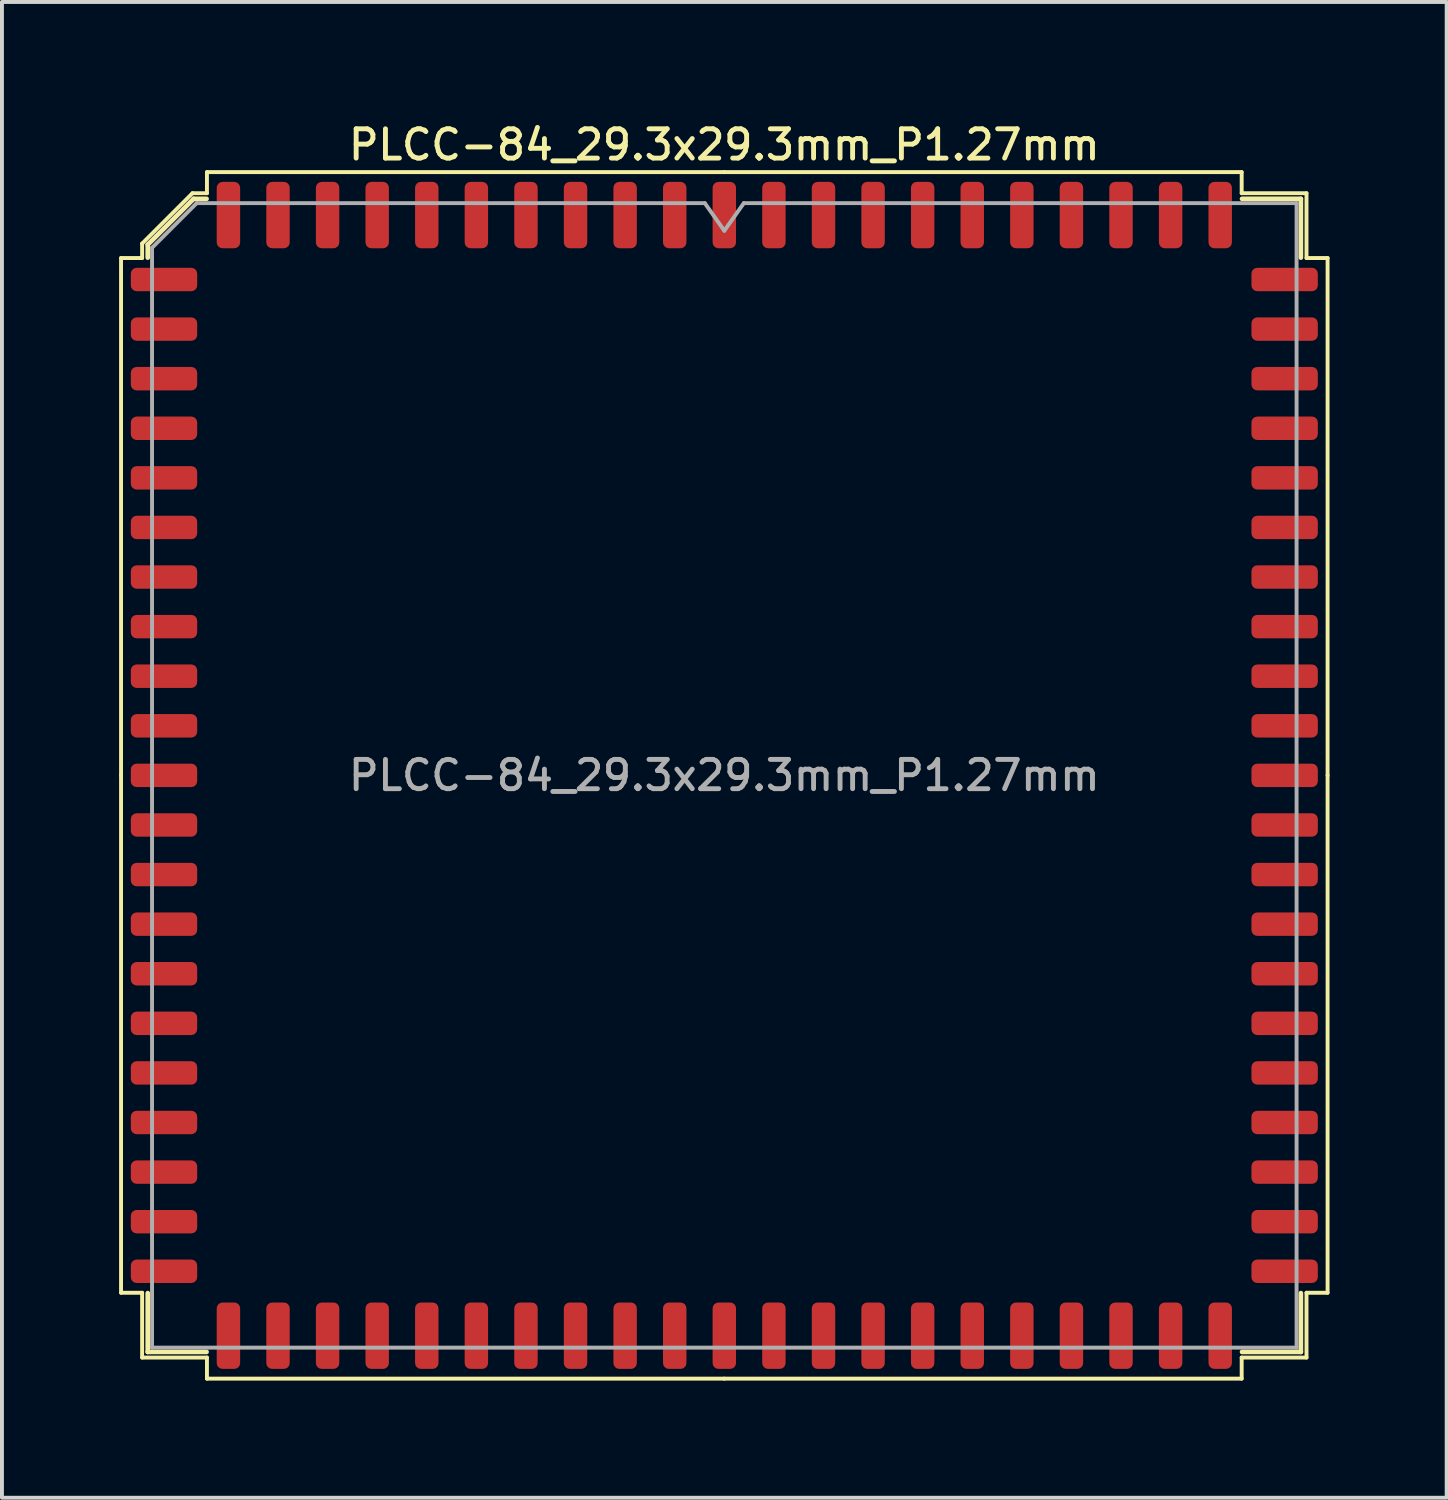
<source format=kicad_pcb>
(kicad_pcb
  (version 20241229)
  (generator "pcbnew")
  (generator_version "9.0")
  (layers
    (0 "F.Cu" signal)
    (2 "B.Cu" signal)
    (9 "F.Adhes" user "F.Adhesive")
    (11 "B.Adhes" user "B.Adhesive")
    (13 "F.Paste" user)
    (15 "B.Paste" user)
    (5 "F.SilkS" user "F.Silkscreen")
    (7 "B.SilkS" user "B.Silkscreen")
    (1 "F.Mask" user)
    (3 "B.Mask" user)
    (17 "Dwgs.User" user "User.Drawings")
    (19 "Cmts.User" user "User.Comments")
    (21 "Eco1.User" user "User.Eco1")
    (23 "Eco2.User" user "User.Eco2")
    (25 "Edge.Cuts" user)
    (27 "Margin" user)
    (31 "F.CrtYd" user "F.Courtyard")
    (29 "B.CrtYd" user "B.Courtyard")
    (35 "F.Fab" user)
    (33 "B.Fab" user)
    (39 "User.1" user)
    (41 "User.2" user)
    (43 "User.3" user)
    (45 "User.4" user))
  (footprint "PLCC-84_29.3x29.3mm_P1.27mm"
    (layer "F.Cu")
    (at 15.5 16.808)
    (property "Reference" "PLCC-84_29.3x29.3mm_P1.27mm" (at 0 -16.15 0) (layer "F.SilkS") (effects (font (size 0.75 0.75) (thickness 0.125))))
    (attr smd)
    (fp_line (start -15.45 -13.25) (end -15.45 0) (stroke (width 0.1) (type solid)) (layer "F.SilkS"))
    (fp_line (start -15.45 13.25) (end -15.45 0) (stroke (width 0.1) (type solid)) (layer "F.SilkS"))
    (fp_line (start -14.91 -13.62) (end -14.91 -13.25) (stroke (width 0.1) (type solid)) (layer "F.SilkS"))
    (fp_line (start -14.91 -13.25) (end -15.45 -13.25) (stroke (width 0.1) (type solid)) (layer "F.SilkS"))
    (fp_line (start -14.91 13.25) (end -15.45 13.25) (stroke (width 0.1) (type solid)) (layer "F.SilkS"))
    (fp_line (start -14.91 14.91) (end -14.91 13.25) (stroke (width 0.1) (type solid)) (layer "F.SilkS"))
    (fp_line (start -14.766 -13.591) (end -14.766 -13.26) (stroke (width 0.12) (type solid)) (layer "F.SilkS"))
    (fp_line (start -14.766 14.766) (end -14.766 13.26) (stroke (width 0.12) (type solid)) (layer "F.SilkS"))
    (fp_line (start -13.62 -14.91) (end -14.91 -13.62) (stroke (width 0.1) (type solid)) (layer "F.SilkS"))
    (fp_line (start -13.591 -14.766) (end -14.766 -13.591) (stroke (width 0.12) (type solid)) (layer "F.SilkS"))
    (fp_line (start -13.26 -14.766) (end -13.591 -14.766) (stroke (width 0.12) (type solid)) (layer "F.SilkS"))
    (fp_line (start -13.26 14.766) (end -14.766 14.766) (stroke (width 0.12) (type solid)) (layer "F.SilkS"))
    (fp_line (start -13.25 -15.45) (end -13.25 -14.91) (stroke (width 0.1) (type solid)) (layer "F.SilkS"))
    (fp_line (start -13.25 -14.91) (end -13.62 -14.91) (stroke (width 0.1) (type solid)) (layer "F.SilkS"))
    (fp_line (start -13.25 14.91) (end -14.91 14.91) (stroke (width 0.1) (type solid)) (layer "F.SilkS"))
    (fp_line (start -13.25 15.45) (end -13.25 14.91) (stroke (width 0.1) (type solid)) (layer "F.SilkS"))
    (fp_line (start 0 -15.45) (end -13.25 -15.45) (stroke (width 0.1) (type solid)) (layer "F.SilkS"))
    (fp_line (start 0 -15.45) (end 13.25 -15.45) (stroke (width 0.1) (type solid)) (layer "F.SilkS"))
    (fp_line (start 0 15.45) (end -13.25 15.45) (stroke (width 0.1) (type solid)) (layer "F.SilkS"))
    (fp_line (start 0 15.45) (end 13.25 15.45) (stroke (width 0.1) (type solid)) (layer "F.SilkS"))
    (fp_line (start 13.25 -15.45) (end 13.25 -14.91) (stroke (width 0.1) (type solid)) (layer "F.SilkS"))
    (fp_line (start 13.25 -14.91) (end 14.91 -14.91) (stroke (width 0.1) (type solid)) (layer "F.SilkS"))
    (fp_line (start 13.25 14.91) (end 14.91 14.91) (stroke (width 0.1) (type solid)) (layer "F.SilkS"))
    (fp_line (start 13.25 15.45) (end 13.25 14.91) (stroke (width 0.1) (type solid)) (layer "F.SilkS"))
    (fp_line (start 13.26 -14.766) (end 14.766 -14.766) (stroke (width 0.12) (type solid)) (layer "F.SilkS"))
    (fp_line (start 13.26 14.766) (end 14.766 14.766) (stroke (width 0.12) (type solid)) (layer "F.SilkS"))
    (fp_line (start 14.766 -14.766) (end 14.766 -13.26) (stroke (width 0.12) (type solid)) (layer "F.SilkS"))
    (fp_line (start 14.766 14.766) (end 14.766 13.26) (stroke (width 0.12) (type solid)) (layer "F.SilkS"))
    (fp_line (start 14.91 -14.91) (end 14.91 -13.25) (stroke (width 0.1) (type solid)) (layer "F.SilkS"))
    (fp_line (start 14.91 -13.25) (end 15.45 -13.25) (stroke (width 0.1) (type solid)) (layer "F.SilkS"))
    (fp_line (start 14.91 13.25) (end 15.45 13.25) (stroke (width 0.1) (type solid)) (layer "F.SilkS"))
    (fp_line (start 14.91 14.91) (end 14.91 13.25) (stroke (width 0.1) (type solid)) (layer "F.SilkS"))
    (fp_line (start 15.45 -13.25) (end 15.45 0) (stroke (width 0.1) (type solid)) (layer "F.SilkS"))
    (fp_line (start 15.45 13.25) (end 15.45 0) (stroke (width 0.1) (type solid)) (layer "F.SilkS"))
    (fp_line (start -14.656 -13.513) (end -13.513 -14.656) (stroke (width 0.1) (type solid)) (layer "F.Fab"))
    (fp_line (start -14.656 14.656) (end -14.656 -13.513) (stroke (width 0.1) (type solid)) (layer "F.Fab"))
    (fp_line (start -13.513 -14.656) (end -0.5 -14.656) (stroke (width 0.1) (type solid)) (layer "F.Fab"))
    (fp_line (start -0.5 -14.656) (end 0 -13.949) (stroke (width 0.1) (type solid)) (layer "F.Fab"))
    (fp_line (start 0 -13.949) (end 0.5 -14.656) (stroke (width 0.1) (type solid)) (layer "F.Fab"))
    (fp_line (start 0.5 -14.656) (end 14.656 -14.656) (stroke (width 0.1) (type solid)) (layer "F.Fab"))
    (fp_line (start 14.656 -14.656) (end 14.656 14.656) (stroke (width 0.1) (type solid)) (layer "F.Fab"))
    (fp_line (start 14.656 14.656) (end -14.656 14.656) (stroke (width 0.1) (type solid)) (layer "F.Fab"))
    (fp_text user "${REFERENCE}" (at 0 0 0) (layer "F.Fab") (effects (font (size 0.75 0.75) (thickness 0.125))))
    (pad "1" smd roundrect (at 0 -14.35) (size 0.6 1.7) (layers "F.Cu" "F.Mask" "F.Paste") (roundrect_rratio 0.25))
    (pad "2" smd roundrect (at -1.27 -14.35) (size 0.6 1.7) (layers "F.Cu" "F.Mask" "F.Paste") (roundrect_rratio 0.25))
    (pad "3" smd roundrect (at -2.54 -14.35) (size 0.6 1.7) (layers "F.Cu" "F.Mask" "F.Paste") (roundrect_rratio 0.25))
    (pad "4" smd roundrect (at -3.81 -14.35) (size 0.6 1.7) (layers "F.Cu" "F.Mask" "F.Paste") (roundrect_rratio 0.25))
    (pad "5" smd roundrect (at -5.08 -14.35) (size 0.6 1.7) (layers "F.Cu" "F.Mask" "F.Paste") (roundrect_rratio 0.25))
    (pad "6" smd roundrect (at -6.35 -14.35) (size 0.6 1.7) (layers "F.Cu" "F.Mask" "F.Paste") (roundrect_rratio 0.25))
    (pad "7" smd roundrect (at -7.62 -14.35) (size 0.6 1.7) (layers "F.Cu" "F.Mask" "F.Paste") (roundrect_rratio 0.25))
    (pad "8" smd roundrect (at -8.89 -14.35) (size 0.6 1.7) (layers "F.Cu" "F.Mask" "F.Paste") (roundrect_rratio 0.25))
    (pad "9" smd roundrect (at -10.16 -14.35) (size 0.6 1.7) (layers "F.Cu" "F.Mask" "F.Paste") (roundrect_rratio 0.25))
    (pad "10" smd roundrect (at -11.43 -14.35) (size 0.6 1.7) (layers "F.Cu" "F.Mask" "F.Paste") (roundrect_rratio 0.25))
    (pad "11" smd roundrect (at -12.7 -14.35) (size 0.6 1.7) (layers "F.Cu" "F.Mask" "F.Paste") (roundrect_rratio 0.25))
    (pad "12" smd roundrect (at -14.35 -12.7) (size 1.7 0.6) (layers "F.Cu" "F.Mask" "F.Paste") (roundrect_rratio 0.25))
    (pad "13" smd roundrect (at -14.35 -11.43) (size 1.7 0.6) (layers "F.Cu" "F.Mask" "F.Paste") (roundrect_rratio 0.25))
    (pad "14" smd roundrect (at -14.35 -10.16) (size 1.7 0.6) (layers "F.Cu" "F.Mask" "F.Paste") (roundrect_rratio 0.25))
    (pad "15" smd roundrect (at -14.35 -8.89) (size 1.7 0.6) (layers "F.Cu" "F.Mask" "F.Paste") (roundrect_rratio 0.25))
    (pad "16" smd roundrect (at -14.35 -7.62) (size 1.7 0.6) (layers "F.Cu" "F.Mask" "F.Paste") (roundrect_rratio 0.25))
    (pad "17" smd roundrect (at -14.35 -6.35) (size 1.7 0.6) (layers "F.Cu" "F.Mask" "F.Paste") (roundrect_rratio 0.25))
    (pad "18" smd roundrect (at -14.35 -5.08) (size 1.7 0.6) (layers "F.Cu" "F.Mask" "F.Paste") (roundrect_rratio 0.25))
    (pad "19" smd roundrect (at -14.35 -3.81) (size 1.7 0.6) (layers "F.Cu" "F.Mask" "F.Paste") (roundrect_rratio 0.25))
    (pad "20" smd roundrect (at -14.35 -2.54) (size 1.7 0.6) (layers "F.Cu" "F.Mask" "F.Paste") (roundrect_rratio 0.25))
    (pad "21" smd roundrect (at -14.35 -1.27) (size 1.7 0.6) (layers "F.Cu" "F.Mask" "F.Paste") (roundrect_rratio 0.25))
    (pad "22" smd roundrect (at -14.35 0) (size 1.7 0.6) (layers "F.Cu" "F.Mask" "F.Paste") (roundrect_rratio 0.25))
    (pad "23" smd roundrect (at -14.35 1.27) (size 1.7 0.6) (layers "F.Cu" "F.Mask" "F.Paste") (roundrect_rratio 0.25))
    (pad "24" smd roundrect (at -14.35 2.54) (size 1.7 0.6) (layers "F.Cu" "F.Mask" "F.Paste") (roundrect_rratio 0.25))
    (pad "25" smd roundrect (at -14.35 3.81) (size 1.7 0.6) (layers "F.Cu" "F.Mask" "F.Paste") (roundrect_rratio 0.25))
    (pad "26" smd roundrect (at -14.35 5.08) (size 1.7 0.6) (layers "F.Cu" "F.Mask" "F.Paste") (roundrect_rratio 0.25))
    (pad "27" smd roundrect (at -14.35 6.35) (size 1.7 0.6) (layers "F.Cu" "F.Mask" "F.Paste") (roundrect_rratio 0.25))
    (pad "28" smd roundrect (at -14.35 7.62) (size 1.7 0.6) (layers "F.Cu" "F.Mask" "F.Paste") (roundrect_rratio 0.25))
    (pad "29" smd roundrect (at -14.35 8.89) (size 1.7 0.6) (layers "F.Cu" "F.Mask" "F.Paste") (roundrect_rratio 0.25))
    (pad "30" smd roundrect (at -14.35 10.16) (size 1.7 0.6) (layers "F.Cu" "F.Mask" "F.Paste") (roundrect_rratio 0.25))
    (pad "31" smd roundrect (at -14.35 11.43) (size 1.7 0.6) (layers "F.Cu" "F.Mask" "F.Paste") (roundrect_rratio 0.25))
    (pad "32" smd roundrect (at -14.35 12.7) (size 1.7 0.6) (layers "F.Cu" "F.Mask" "F.Paste") (roundrect_rratio 0.25))
    (pad "33" smd roundrect (at -12.7 14.35) (size 0.6 1.7) (layers "F.Cu" "F.Mask" "F.Paste") (roundrect_rratio 0.25))
    (pad "34" smd roundrect (at -11.43 14.35) (size 0.6 1.7) (layers "F.Cu" "F.Mask" "F.Paste") (roundrect_rratio 0.25))
    (pad "35" smd roundrect (at -10.16 14.35) (size 0.6 1.7) (layers "F.Cu" "F.Mask" "F.Paste") (roundrect_rratio 0.25))
    (pad "36" smd roundrect (at -8.89 14.35) (size 0.6 1.7) (layers "F.Cu" "F.Mask" "F.Paste") (roundrect_rratio 0.25))
    (pad "37" smd roundrect (at -7.62 14.35) (size 0.6 1.7) (layers "F.Cu" "F.Mask" "F.Paste") (roundrect_rratio 0.25))
    (pad "38" smd roundrect (at -6.35 14.35) (size 0.6 1.7) (layers "F.Cu" "F.Mask" "F.Paste") (roundrect_rratio 0.25))
    (pad "39" smd roundrect (at -5.08 14.35) (size 0.6 1.7) (layers "F.Cu" "F.Mask" "F.Paste") (roundrect_rratio 0.25))
    (pad "40" smd roundrect (at -3.81 14.35) (size 0.6 1.7) (layers "F.Cu" "F.Mask" "F.Paste") (roundrect_rratio 0.25))
    (pad "41" smd roundrect (at -2.54 14.35) (size 0.6 1.7) (layers "F.Cu" "F.Mask" "F.Paste") (roundrect_rratio 0.25))
    (pad "42" smd roundrect (at -1.27 14.35) (size 0.6 1.7) (layers "F.Cu" "F.Mask" "F.Paste") (roundrect_rratio 0.25))
    (pad "43" smd roundrect (at 0 14.35) (size 0.6 1.7) (layers "F.Cu" "F.Mask" "F.Paste") (roundrect_rratio 0.25))
    (pad "44" smd roundrect (at 1.27 14.35) (size 0.6 1.7) (layers "F.Cu" "F.Mask" "F.Paste") (roundrect_rratio 0.25))
    (pad "45" smd roundrect (at 2.54 14.35) (size 0.6 1.7) (layers "F.Cu" "F.Mask" "F.Paste") (roundrect_rratio 0.25))
    (pad "46" smd roundrect (at 3.81 14.35) (size 0.6 1.7) (layers "F.Cu" "F.Mask" "F.Paste") (roundrect_rratio 0.25))
    (pad "47" smd roundrect (at 5.08 14.35) (size 0.6 1.7) (layers "F.Cu" "F.Mask" "F.Paste") (roundrect_rratio 0.25))
    (pad "48" smd roundrect (at 6.35 14.35) (size 0.6 1.7) (layers "F.Cu" "F.Mask" "F.Paste") (roundrect_rratio 0.25))
    (pad "49" smd roundrect (at 7.62 14.35) (size 0.6 1.7) (layers "F.Cu" "F.Mask" "F.Paste") (roundrect_rratio 0.25))
    (pad "50" smd roundrect (at 8.89 14.35) (size 0.6 1.7) (layers "F.Cu" "F.Mask" "F.Paste") (roundrect_rratio 0.25))
    (pad "51" smd roundrect (at 10.16 14.35) (size 0.6 1.7) (layers "F.Cu" "F.Mask" "F.Paste") (roundrect_rratio 0.25))
    (pad "52" smd roundrect (at 11.43 14.35) (size 0.6 1.7) (layers "F.Cu" "F.Mask" "F.Paste") (roundrect_rratio 0.25))
    (pad "53" smd roundrect (at 12.7 14.35) (size 0.6 1.7) (layers "F.Cu" "F.Mask" "F.Paste") (roundrect_rratio 0.25))
    (pad "54" smd roundrect (at 14.35 12.7) (size 1.7 0.6) (layers "F.Cu" "F.Mask" "F.Paste") (roundrect_rratio 0.25))
    (pad "55" smd roundrect (at 14.35 11.43) (size 1.7 0.6) (layers "F.Cu" "F.Mask" "F.Paste") (roundrect_rratio 0.25))
    (pad "56" smd roundrect (at 14.35 10.16) (size 1.7 0.6) (layers "F.Cu" "F.Mask" "F.Paste") (roundrect_rratio 0.25))
    (pad "57" smd roundrect (at 14.35 8.89) (size 1.7 0.6) (layers "F.Cu" "F.Mask" "F.Paste") (roundrect_rratio 0.25))
    (pad "58" smd roundrect (at 14.35 7.62) (size 1.7 0.6) (layers "F.Cu" "F.Mask" "F.Paste") (roundrect_rratio 0.25))
    (pad "59" smd roundrect (at 14.35 6.35) (size 1.7 0.6) (layers "F.Cu" "F.Mask" "F.Paste") (roundrect_rratio 0.25))
    (pad "60" smd roundrect (at 14.35 5.08) (size 1.7 0.6) (layers "F.Cu" "F.Mask" "F.Paste") (roundrect_rratio 0.25))
    (pad "61" smd roundrect (at 14.35 3.81) (size 1.7 0.6) (layers "F.Cu" "F.Mask" "F.Paste") (roundrect_rratio 0.25))
    (pad "62" smd roundrect (at 14.35 2.54) (size 1.7 0.6) (layers "F.Cu" "F.Mask" "F.Paste") (roundrect_rratio 0.25))
    (pad "63" smd roundrect (at 14.35 1.27) (size 1.7 0.6) (layers "F.Cu" "F.Mask" "F.Paste") (roundrect_rratio 0.25))
    (pad "64" smd roundrect (at 14.35 0) (size 1.7 0.6) (layers "F.Cu" "F.Mask" "F.Paste") (roundrect_rratio 0.25))
    (pad "65" smd roundrect (at 14.35 -1.27) (size 1.7 0.6) (layers "F.Cu" "F.Mask" "F.Paste") (roundrect_rratio 0.25))
    (pad "66" smd roundrect (at 14.35 -2.54) (size 1.7 0.6) (layers "F.Cu" "F.Mask" "F.Paste") (roundrect_rratio 0.25))
    (pad "67" smd roundrect (at 14.35 -3.81) (size 1.7 0.6) (layers "F.Cu" "F.Mask" "F.Paste") (roundrect_rratio 0.25))
    (pad "68" smd roundrect (at 14.35 -5.08) (size 1.7 0.6) (layers "F.Cu" "F.Mask" "F.Paste") (roundrect_rratio 0.25))
    (pad "69" smd roundrect (at 14.35 -6.35) (size 1.7 0.6) (layers "F.Cu" "F.Mask" "F.Paste") (roundrect_rratio 0.25))
    (pad "70" smd roundrect (at 14.35 -7.62) (size 1.7 0.6) (layers "F.Cu" "F.Mask" "F.Paste") (roundrect_rratio 0.25))
    (pad "71" smd roundrect (at 14.35 -8.89) (size 1.7 0.6) (layers "F.Cu" "F.Mask" "F.Paste") (roundrect_rratio 0.25))
    (pad "72" smd roundrect (at 14.35 -10.16) (size 1.7 0.6) (layers "F.Cu" "F.Mask" "F.Paste") (roundrect_rratio 0.25))
    (pad "73" smd roundrect (at 14.35 -11.43) (size 1.7 0.6) (layers "F.Cu" "F.Mask" "F.Paste") (roundrect_rratio 0.25))
    (pad "74" smd roundrect (at 14.35 -12.7) (size 1.7 0.6) (layers "F.Cu" "F.Mask" "F.Paste") (roundrect_rratio 0.25))
    (pad "75" smd roundrect (at 12.7 -14.35) (size 0.6 1.7) (layers "F.Cu" "F.Mask" "F.Paste") (roundrect_rratio 0.25))
    (pad "76" smd roundrect (at 11.43 -14.35) (size 0.6 1.7) (layers "F.Cu" "F.Mask" "F.Paste") (roundrect_rratio 0.25))
    (pad "77" smd roundrect (at 10.16 -14.35) (size 0.6 1.7) (layers "F.Cu" "F.Mask" "F.Paste") (roundrect_rratio 0.25))
    (pad "78" smd roundrect (at 8.89 -14.35) (size 0.6 1.7) (layers "F.Cu" "F.Mask" "F.Paste") (roundrect_rratio 0.25))
    (pad "79" smd roundrect (at 7.62 -14.35) (size 0.6 1.7) (layers "F.Cu" "F.Mask" "F.Paste") (roundrect_rratio 0.25))
    (pad "80" smd roundrect (at 6.35 -14.35) (size 0.6 1.7) (layers "F.Cu" "F.Mask" "F.Paste") (roundrect_rratio 0.25))
    (pad "81" smd roundrect (at 5.08 -14.35) (size 0.6 1.7) (layers "F.Cu" "F.Mask" "F.Paste") (roundrect_rratio 0.25))
    (pad "82" smd roundrect (at 3.81 -14.35) (size 0.6 1.7) (layers "F.Cu" "F.Mask" "F.Paste") (roundrect_rratio 0.25))
    (pad "83" smd roundrect (at 2.54 -14.35) (size 0.6 1.7) (layers "F.Cu" "F.Mask" "F.Paste") (roundrect_rratio 0.25))
    (pad "84" smd roundrect (at 1.27 -14.35) (size 0.6 1.7) (layers "F.Cu" "F.Mask" "F.Paste") (roundrect_rratio 0.25)))
  (gr_rect
    (start -3 -3)
    (end 34 35.308)
    (stroke (width 0.1) (type default))
    (fill no)
    (layer "Edge.Cuts")))
</source>
